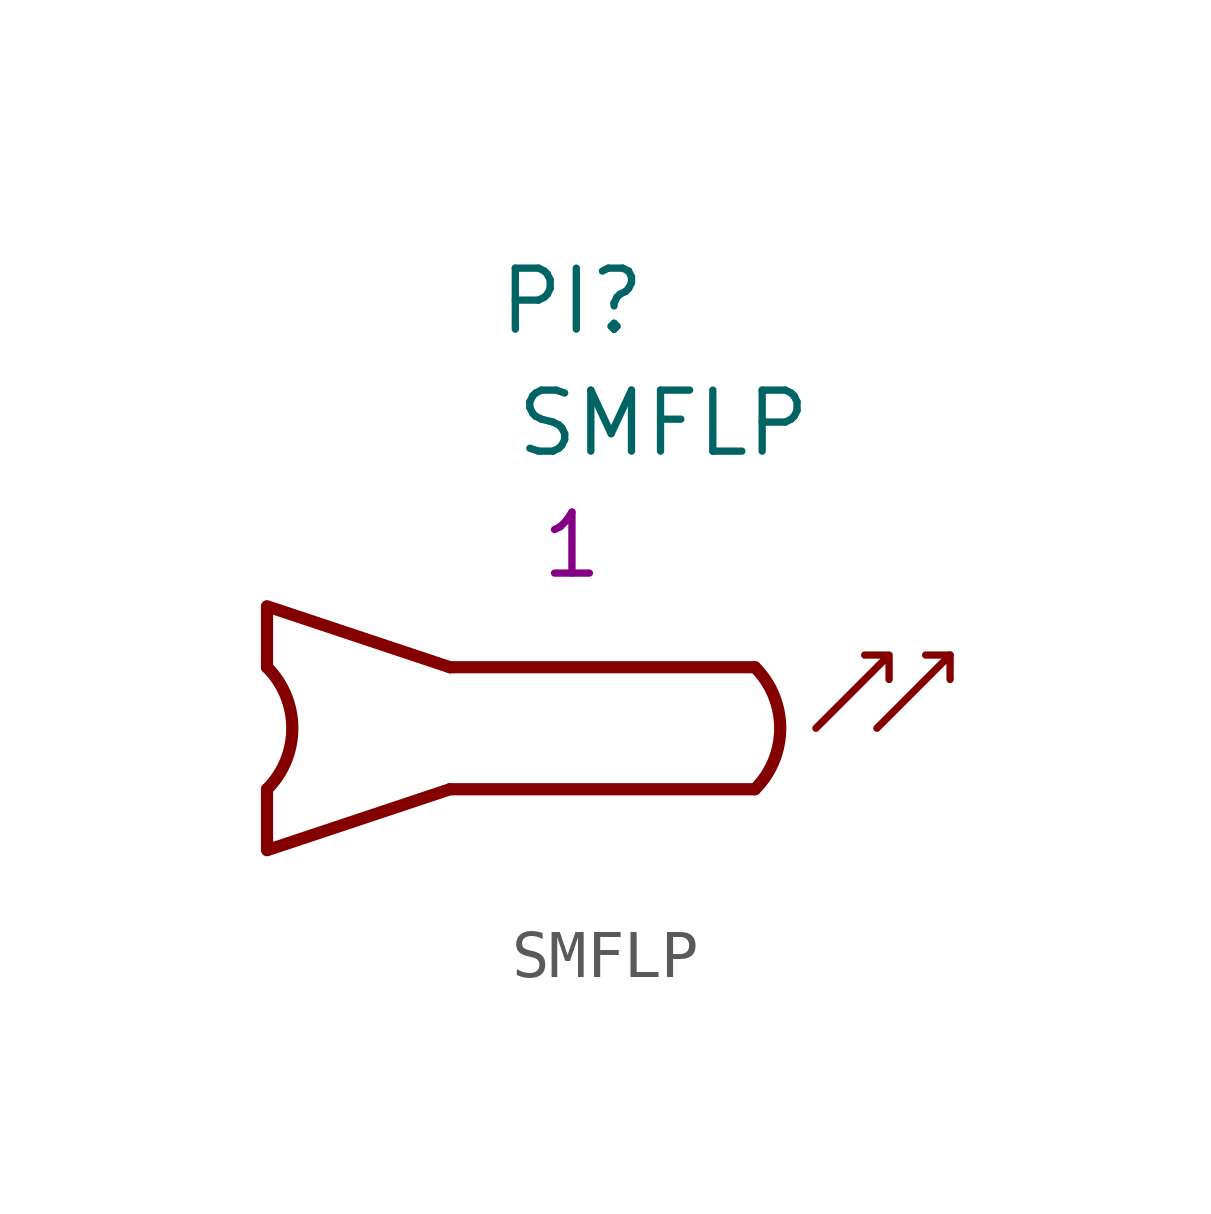
<source format=kicad_sym>
(kicad_symbol_lib
  (version 20211014)
  (generator kicad_symbol_editor)
  (symbol "SMFLP"
    (property "Reference" "PI"
      (at 2.54 8.89 0)
      (effects (font (size 1.27 1.27))))
    (property "Value" "SMFLP"
      (at 4.445 6.35 0)
      (effects (font (size 1.27 1.27))))
    (property "Qty" "1"
      (at 2.54 3.81 0)
      (effects (font (size 1.27 1.27))))
    (symbol "SMFLP_0_1"
      (arc (start -3.8099 -1.27) (mid -3.2839 0) (end -3.8099 1.27) (stroke (width 0.254) (type default) (color 0 0 0 0)) (fill (type none)))
      (polyline (pts (xy 0 1.27) (xy 6.35 1.27)) (stroke (width 0.254) (type default) (color 0 0 0 0)) (fill (type none)))
      (polyline (pts (xy 6.35 -1.27) (xy 0 -1.27)) (stroke (width 0.254) (type default) (color 0 0 0 0)) (fill (type none)))
      (polyline (pts (xy 10.414 1.524) (xy 9.906 1.524)) (stroke (width 0) (type default) (color 0 0 0 0)) (fill (type none)))
      (polyline (pts (xy 8.89 0) (xy 10.414 1.524) (xy 10.414 1.016)) (stroke (width 0) (type default) (color 0 0 0 0)) (fill (type none)))
      (polyline (pts (xy 0 -1.27) (xy 0 -1.27) (xy -3.81 -2.54) (xy -3.81 -1.27)) (stroke (width 0.254) (type default) (color 0 0 0 0)) (fill (type none)))
      (polyline (pts (xy 0 1.27) (xy 0 1.27) (xy -3.81 2.54) (xy -3.81 1.27)) (stroke (width 0.254) (type default) (color 0 0 0 0)) (fill (type none)))
      (polyline (pts (xy 7.62 0) (xy 9.144 1.524) (xy 9.144 1.016) (xy 9.144 1.524) (xy 8.636 1.524)) (stroke (width 0) (type default) (color 0 0 0 0)) (fill (type none)))
      (arc (start 6.3501 -1.27) (mid 6.8761 0) (end 6.3501 1.27) (stroke (width 0.254) (type default) (color 0 0 0 0)) (fill (type none))))))
</source>
